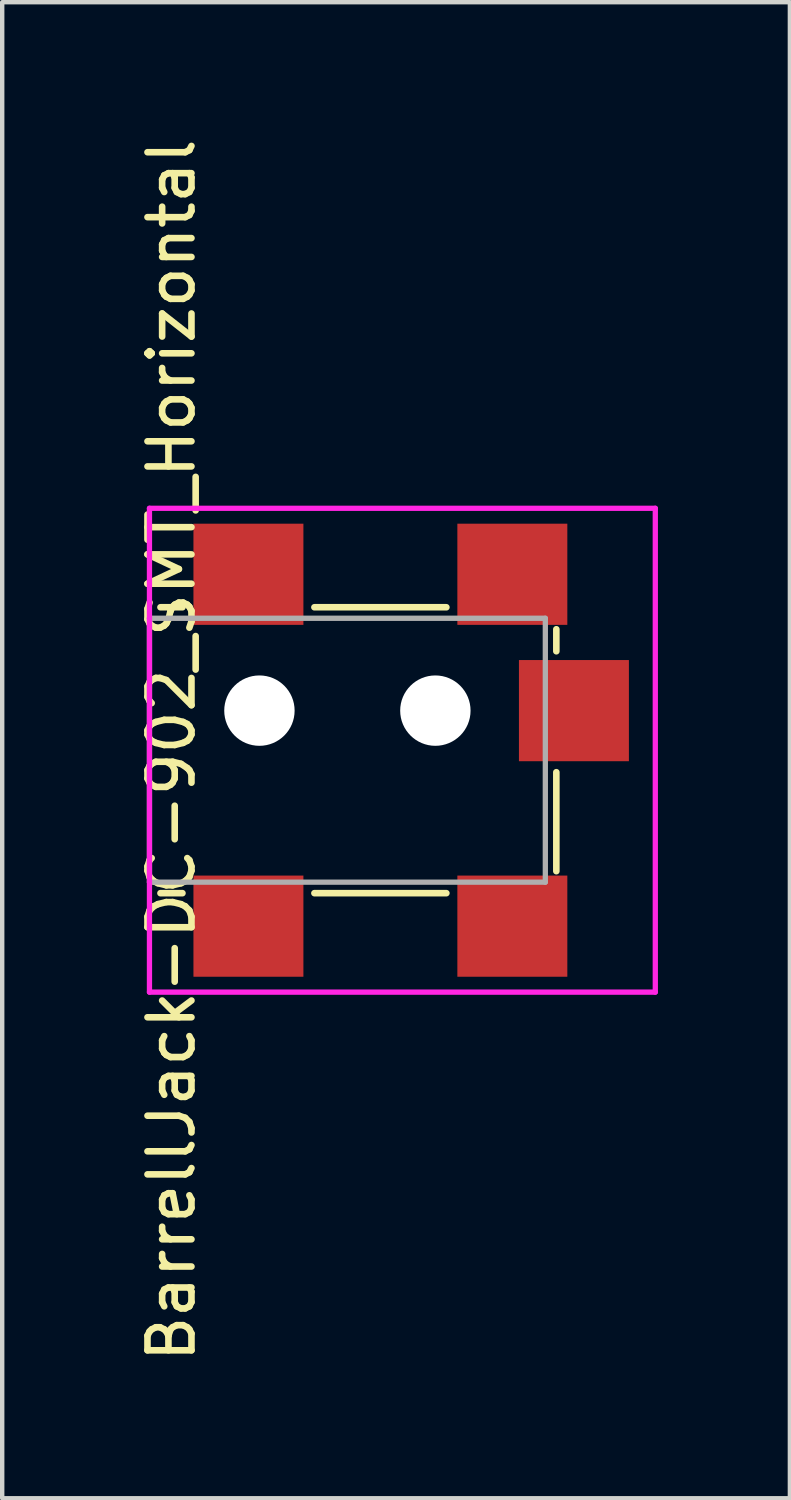
<source format=kicad_pcb>
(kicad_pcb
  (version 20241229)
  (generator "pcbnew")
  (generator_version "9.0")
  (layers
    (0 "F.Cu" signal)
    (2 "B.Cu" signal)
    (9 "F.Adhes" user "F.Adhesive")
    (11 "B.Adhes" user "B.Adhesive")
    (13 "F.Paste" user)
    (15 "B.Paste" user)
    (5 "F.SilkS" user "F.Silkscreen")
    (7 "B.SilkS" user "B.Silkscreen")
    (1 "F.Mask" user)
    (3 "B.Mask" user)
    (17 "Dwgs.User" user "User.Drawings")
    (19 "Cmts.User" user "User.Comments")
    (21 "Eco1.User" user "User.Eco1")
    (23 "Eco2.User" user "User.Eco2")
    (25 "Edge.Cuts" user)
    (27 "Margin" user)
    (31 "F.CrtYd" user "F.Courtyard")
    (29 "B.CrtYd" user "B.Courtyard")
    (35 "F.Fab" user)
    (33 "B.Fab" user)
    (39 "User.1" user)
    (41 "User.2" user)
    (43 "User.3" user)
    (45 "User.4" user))
  (footprint "BarrellJack-DC-902_SMT_Horizontal"
    (layer "F.Cu")
    (at 0.348 11.006)
    (property "Reference" "BarrellJack-DC-902_SMT_Horizontal" (at 0.5 3 90) (layer "F.SilkS") (effects (font (size 1 1) (thickness 0.15))))
    (attr smd)
    (fp_line (start 0.25 -0.25) (end 0.75 -0.25) (stroke (width 0.15) (type solid)) (layer "F.SilkS"))
    (fp_line (start 0.75 6.25) (end 0.25 6.25) (stroke (width 0.15) (type solid)) (layer "F.SilkS"))
    (fp_line (start 3.75 -0.25) (end 6.75 -0.25) (stroke (width 0.15) (type solid)) (layer "F.SilkS"))
    (fp_line (start 6.75 6.25) (end 3.75 6.25) (stroke (width 0.15) (type solid)) (layer "F.SilkS"))
    (fp_line (start 9.25 0.25) (end 9.25 0.75) (stroke (width 0.15) (type solid)) (layer "F.SilkS"))
    (fp_line (start 9.25 3.5) (end 9.25 5.75) (stroke (width 0.15) (type solid)) (layer "F.SilkS"))
    (fp_line (start 0 -2.5) (end 11.5 -2.5) (stroke (width 0.12) (type solid)) (layer "F.CrtYd"))
    (fp_line (start 0 0) (end 0 -2.5) (stroke (width 0.12) (type solid)) (layer "F.CrtYd"))
    (fp_line (start 0 8.5) (end 0 0) (stroke (width 0.12) (type solid)) (layer "F.CrtYd"))
    (fp_line (start 11.5 -2.5) (end 11.5 8.5) (stroke (width 0.12) (type solid)) (layer "F.CrtYd"))
    (fp_line (start 11.5 8.5) (end 0 8.5) (stroke (width 0.12) (type solid)) (layer "F.CrtYd"))
    (fp_line (start 0 0) (end 0 6) (stroke (width 0.12) (type solid)) (layer "F.Fab"))
    (fp_line (start 0 6) (end 9 6) (stroke (width 0.12) (type solid)) (layer "F.Fab"))
    (fp_line (start 9 0) (end 0 0) (stroke (width 0.12) (type solid)) (layer "F.Fab"))
    (fp_line (start 9 6) (end 9 0) (stroke (width 0.12) (type solid)) (layer "F.Fab"))
    (pad "" np_thru_hole circle (at 2.5 2.1 90) (size 1.6 1.6) (drill 1.6) (layers "*.Cu" "*.Mask"))
    (pad "" np_thru_hole circle (at 6.5 2.1 90) (size 1.6 1.6) (drill 1.6) (layers "*.Cu" "*.Mask"))
    (pad "1" smd rect (at 8.25 -1) (size 2.5 2.3) (layers "F.Cu" "F.Mask" "F.Paste"))
    (pad "2" smd rect (at 8.25 7) (size 2.5 2.3) (layers "F.Cu" "F.Mask" "F.Paste"))
    (pad "3" smd rect (at 9.65 2.1) (size 2.5 2.3) (layers "F.Cu" "F.Mask" "F.Paste"))
    (pad "4" smd rect (at 2.25 -1 180) (size 2.5 2.3) (layers "F.Cu" "F.Mask" "F.Paste"))
    (pad "4" smd rect (at 2.25 7 180) (size 2.5 2.3) (layers "F.Cu" "F.Mask" "F.Paste")))
  (gr_rect
    (start -3 -3)
    (end 14.908 31.012)
    (stroke (width 0.1) (type default))
    (fill no)
    (layer "Edge.Cuts")))
</source>
